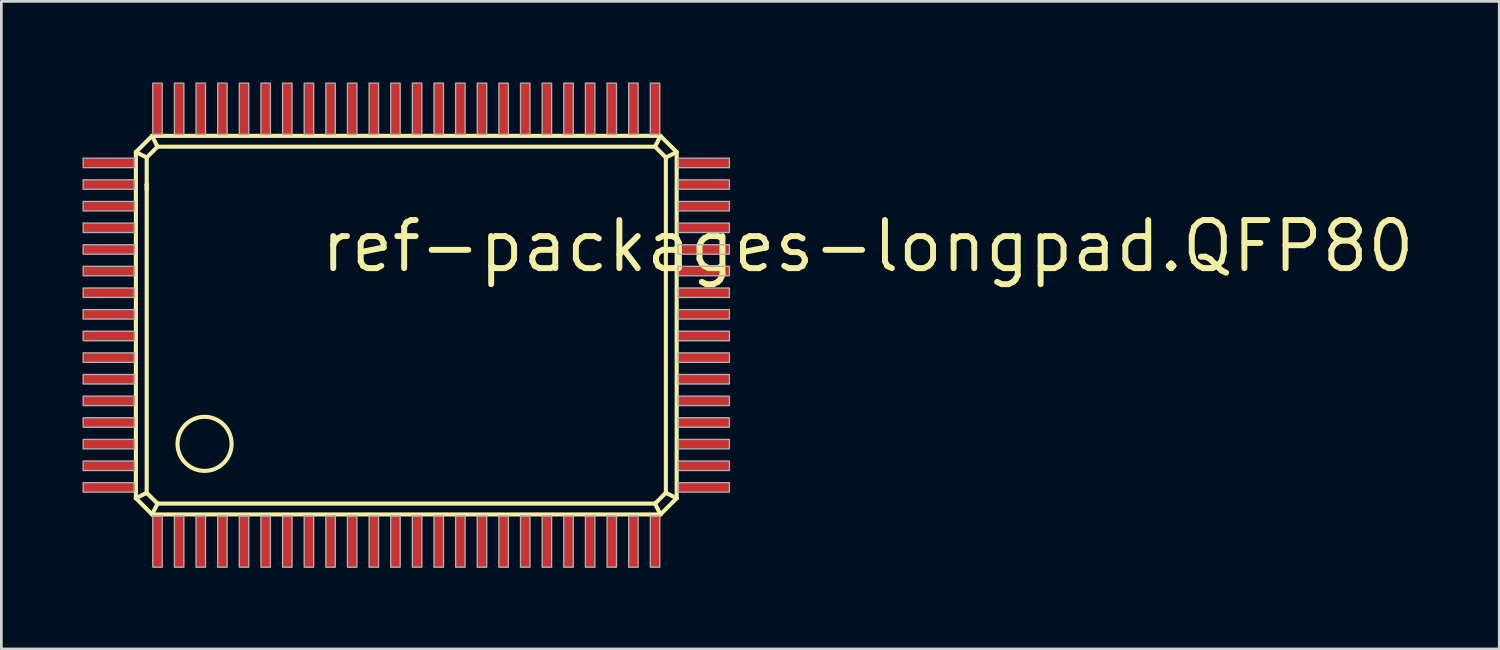
<source format=kicad_pcb>
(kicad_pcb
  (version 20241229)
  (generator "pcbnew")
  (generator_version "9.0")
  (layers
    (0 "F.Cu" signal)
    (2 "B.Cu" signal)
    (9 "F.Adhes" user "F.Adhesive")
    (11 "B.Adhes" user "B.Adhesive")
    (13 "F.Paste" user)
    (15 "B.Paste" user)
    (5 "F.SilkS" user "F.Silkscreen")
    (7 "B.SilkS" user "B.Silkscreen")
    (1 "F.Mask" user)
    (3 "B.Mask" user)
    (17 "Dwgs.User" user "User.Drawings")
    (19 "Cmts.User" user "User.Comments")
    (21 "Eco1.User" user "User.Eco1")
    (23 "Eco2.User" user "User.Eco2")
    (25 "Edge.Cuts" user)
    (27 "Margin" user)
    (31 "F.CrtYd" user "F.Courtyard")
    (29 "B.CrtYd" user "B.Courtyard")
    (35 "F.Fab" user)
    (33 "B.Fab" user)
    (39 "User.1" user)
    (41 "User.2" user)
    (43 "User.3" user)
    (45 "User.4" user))
  (footprint "ref-packages-longpad.QFP80"
    (layer "F.Cu")
    (at 11.575 9.445)
    (property "Reference" "ref-packages-longpad.QFP80" (at -2.87 -2.35 0) (layer "F.SilkS") (effects (font (size 1.778 1.778) (thickness 0.22)) (justify left bottom)))
    (attr smd)
    (fp_line (start -9.6 -6.87) (end -9 -7.47) (stroke (width 0.152) (type default)) (layer "F.SilkS"))
    (fp_line (start -9.6 5.93) (end -9.6 -6.87) (stroke (width 0.152) (type default)) (layer "F.SilkS"))
    (fp_line (start -9.2 -6.67) (end -9.6 -6.87) (stroke (width 0.152) (type default)) (layer "F.SilkS"))
    (fp_line (start -9.2 -6.67) (end -8.8 -7.07) (stroke (width 0.152) (type default)) (layer "F.SilkS"))
    (fp_line (start -9.2 -5.67) (end -9.2 -6.67) (stroke (width 0.152) (type default)) (layer "F.SilkS"))
    (fp_line (start -9.2 -5.47) (end -9.2 -5.67) (stroke (width 0.152) (type default)) (layer "F.SilkS"))
    (fp_line (start -9.2 5.73) (end -9.6 5.93) (stroke (width 0.152) (type default)) (layer "F.SilkS"))
    (fp_line (start -9.2 5.73) (end -9.2 -5.67) (stroke (width 0.152) (type default)) (layer "F.SilkS"))
    (fp_line (start -9 -7.47) (end -8.8 -7.07) (stroke (width 0.152) (type default)) (layer "F.SilkS"))
    (fp_line (start -9 -7.47) (end 9.8 -7.47) (stroke (width 0.152) (type default)) (layer "F.SilkS"))
    (fp_line (start -9 6.53) (end -9.6 5.93) (stroke (width 0.152) (type default)) (layer "F.SilkS"))
    (fp_line (start -9 6.53) (end -8.8 6.13) (stroke (width 0.152) (type default)) (layer "F.SilkS"))
    (fp_line (start -8.8 -7.07) (end 9.6 -7.07) (stroke (width 0.152) (type default)) (layer "F.SilkS"))
    (fp_line (start -8.8 6.13) (end -9.2 5.73) (stroke (width 0.152) (type default)) (layer "F.SilkS"))
    (fp_line (start 9.6 -7.07) (end 10 -6.67) (stroke (width 0.152) (type default)) (layer "F.SilkS"))
    (fp_line (start 9.6 6.13) (end -8.8 6.13) (stroke (width 0.152) (type default)) (layer "F.SilkS"))
    (fp_line (start 9.8 -7.47) (end 9.6 -7.07) (stroke (width 0.152) (type default)) (layer "F.SilkS"))
    (fp_line (start 9.8 -7.47) (end 10.4 -6.87) (stroke (width 0.152) (type default)) (layer "F.SilkS"))
    (fp_line (start 9.8 6.53) (end -9 6.53) (stroke (width 0.152) (type default)) (layer "F.SilkS"))
    (fp_line (start 9.8 6.53) (end 9.6 6.13) (stroke (width 0.152) (type default)) (layer "F.SilkS"))
    (fp_line (start 10 -6.67) (end 10 5.73) (stroke (width 0.152) (type default)) (layer "F.SilkS"))
    (fp_line (start 10 -6.67) (end 10.4 -6.87) (stroke (width 0.152) (type default)) (layer "F.SilkS"))
    (fp_line (start 10 5.73) (end 9.6 6.13) (stroke (width 0.152) (type default)) (layer "F.SilkS"))
    (fp_line (start 10 5.73) (end 10.4 5.93) (stroke (width 0.152) (type default)) (layer "F.SilkS"))
    (fp_line (start 10.4 -6.87) (end 10.4 5.93) (stroke (width 0.152) (type default)) (layer "F.SilkS"))
    (fp_line (start 10.4 5.93) (end 9.8 6.53) (stroke (width 0.152) (type default)) (layer "F.SilkS"))
    (fp_circle (center -7.06 3.92) (end -6.06 3.92) (stroke (width 0.152) (type default)) (fill no) (layer "F.SilkS"))
    (fp_rect (start -11.55 -6.295) (end -9.65 -6.645) (stroke (width 0.05) (type default)) (fill no) (layer "F.Fab"))
    (fp_rect (start -11.55 -5.495) (end -9.65 -5.845) (stroke (width 0.05) (type default)) (fill no) (layer "F.Fab"))
    (fp_rect (start -11.55 -4.695) (end -9.65 -5.045) (stroke (width 0.05) (type default)) (fill no) (layer "F.Fab"))
    (fp_rect (start -11.55 -3.895) (end -9.65 -4.245) (stroke (width 0.05) (type default)) (fill no) (layer "F.Fab"))
    (fp_rect (start -11.55 -3.095) (end -9.65 -3.445) (stroke (width 0.05) (type default)) (fill no) (layer "F.Fab"))
    (fp_rect (start -11.55 -2.295) (end -9.65 -2.645) (stroke (width 0.05) (type default)) (fill no) (layer "F.Fab"))
    (fp_rect (start -11.55 -1.495) (end -9.65 -1.845) (stroke (width 0.05) (type default)) (fill no) (layer "F.Fab"))
    (fp_rect (start -11.55 -0.695) (end -9.65 -1.045) (stroke (width 0.05) (type default)) (fill no) (layer "F.Fab"))
    (fp_rect (start -11.55 0.105) (end -9.65 -0.245) (stroke (width 0.05) (type default)) (fill no) (layer "F.Fab"))
    (fp_rect (start -11.55 0.905) (end -9.65 0.555) (stroke (width 0.05) (type default)) (fill no) (layer "F.Fab"))
    (fp_rect (start -11.55 1.705) (end -9.65 1.355) (stroke (width 0.05) (type default)) (fill no) (layer "F.Fab"))
    (fp_rect (start -11.55 2.505) (end -9.65 2.155) (stroke (width 0.05) (type default)) (fill no) (layer "F.Fab"))
    (fp_rect (start -11.55 3.305) (end -9.65 2.955) (stroke (width 0.05) (type default)) (fill no) (layer "F.Fab"))
    (fp_rect (start -11.55 4.105) (end -9.65 3.755) (stroke (width 0.05) (type default)) (fill no) (layer "F.Fab"))
    (fp_rect (start -11.55 4.905) (end -9.65 4.555) (stroke (width 0.05) (type default)) (fill no) (layer "F.Fab"))
    (fp_rect (start -11.55 5.705) (end -9.65 5.355) (stroke (width 0.05) (type default)) (fill no) (layer "F.Fab"))
    (fp_rect (start -8.975 -7.52) (end -8.625 -9.42) (stroke (width 0.05) (type default)) (fill no) (layer "F.Fab"))
    (fp_rect (start -8.975 8.48) (end -8.625 6.58) (stroke (width 0.05) (type default)) (fill no) (layer "F.Fab"))
    (fp_rect (start -8.175 -7.52) (end -7.825 -9.42) (stroke (width 0.05) (type default)) (fill no) (layer "F.Fab"))
    (fp_rect (start -8.175 8.48) (end -7.825 6.58) (stroke (width 0.05) (type default)) (fill no) (layer "F.Fab"))
    (fp_rect (start -7.375 -7.52) (end -7.025 -9.42) (stroke (width 0.05) (type default)) (fill no) (layer "F.Fab"))
    (fp_rect (start -7.375 8.48) (end -7.025 6.58) (stroke (width 0.05) (type default)) (fill no) (layer "F.Fab"))
    (fp_rect (start -6.575 -7.52) (end -6.225 -9.42) (stroke (width 0.05) (type default)) (fill no) (layer "F.Fab"))
    (fp_rect (start -6.575 8.48) (end -6.225 6.58) (stroke (width 0.05) (type default)) (fill no) (layer "F.Fab"))
    (fp_rect (start -5.775 -7.52) (end -5.425 -9.42) (stroke (width 0.05) (type default)) (fill no) (layer "F.Fab"))
    (fp_rect (start -5.775 8.48) (end -5.425 6.58) (stroke (width 0.05) (type default)) (fill no) (layer "F.Fab"))
    (fp_rect (start -4.975 -7.52) (end -4.625 -9.42) (stroke (width 0.05) (type default)) (fill no) (layer "F.Fab"))
    (fp_rect (start -4.975 8.48) (end -4.625 6.58) (stroke (width 0.05) (type default)) (fill no) (layer "F.Fab"))
    (fp_rect (start -4.175 -7.52) (end -3.825 -9.42) (stroke (width 0.05) (type default)) (fill no) (layer "F.Fab"))
    (fp_rect (start -4.175 8.48) (end -3.825 6.58) (stroke (width 0.05) (type default)) (fill no) (layer "F.Fab"))
    (fp_rect (start -3.375 -7.52) (end -3.025 -9.42) (stroke (width 0.05) (type default)) (fill no) (layer "F.Fab"))
    (fp_rect (start -3.375 8.48) (end -3.025 6.58) (stroke (width 0.05) (type default)) (fill no) (layer "F.Fab"))
    (fp_rect (start -2.575 -7.52) (end -2.225 -9.42) (stroke (width 0.05) (type default)) (fill no) (layer "F.Fab"))
    (fp_rect (start -2.575 8.48) (end -2.225 6.58) (stroke (width 0.05) (type default)) (fill no) (layer "F.Fab"))
    (fp_rect (start -1.775 -7.52) (end -1.425 -9.42) (stroke (width 0.05) (type default)) (fill no) (layer "F.Fab"))
    (fp_rect (start -1.775 8.48) (end -1.425 6.58) (stroke (width 0.05) (type default)) (fill no) (layer "F.Fab"))
    (fp_rect (start -0.975 -7.52) (end -0.625 -9.42) (stroke (width 0.05) (type default)) (fill no) (layer "F.Fab"))
    (fp_rect (start -0.975 8.48) (end -0.625 6.58) (stroke (width 0.05) (type default)) (fill no) (layer "F.Fab"))
    (fp_rect (start -0.175 -7.52) (end 0.175 -9.42) (stroke (width 0.05) (type default)) (fill no) (layer "F.Fab"))
    (fp_rect (start -0.175 8.48) (end 0.175 6.58) (stroke (width 0.05) (type default)) (fill no) (layer "F.Fab"))
    (fp_rect (start 0.625 -7.52) (end 0.975 -9.42) (stroke (width 0.05) (type default)) (fill no) (layer "F.Fab"))
    (fp_rect (start 0.625 8.48) (end 0.975 6.58) (stroke (width 0.05) (type default)) (fill no) (layer "F.Fab"))
    (fp_rect (start 1.425 -7.52) (end 1.775 -9.42) (stroke (width 0.05) (type default)) (fill no) (layer "F.Fab"))
    (fp_rect (start 1.425 8.48) (end 1.775 6.58) (stroke (width 0.05) (type default)) (fill no) (layer "F.Fab"))
    (fp_rect (start 2.225 -7.52) (end 2.575 -9.42) (stroke (width 0.05) (type default)) (fill no) (layer "F.Fab"))
    (fp_rect (start 2.225 8.48) (end 2.575 6.58) (stroke (width 0.05) (type default)) (fill no) (layer "F.Fab"))
    (fp_rect (start 3.025 -7.52) (end 3.375 -9.42) (stroke (width 0.05) (type default)) (fill no) (layer "F.Fab"))
    (fp_rect (start 3.025 8.48) (end 3.375 6.58) (stroke (width 0.05) (type default)) (fill no) (layer "F.Fab"))
    (fp_rect (start 3.825 -7.52) (end 4.175 -9.42) (stroke (width 0.05) (type default)) (fill no) (layer "F.Fab"))
    (fp_rect (start 3.825 8.48) (end 4.175 6.58) (stroke (width 0.05) (type default)) (fill no) (layer "F.Fab"))
    (fp_rect (start 4.625 -7.52) (end 4.975 -9.42) (stroke (width 0.05) (type default)) (fill no) (layer "F.Fab"))
    (fp_rect (start 4.625 8.48) (end 4.975 6.58) (stroke (width 0.05) (type default)) (fill no) (layer "F.Fab"))
    (fp_rect (start 5.425 -7.52) (end 5.775 -9.42) (stroke (width 0.05) (type default)) (fill no) (layer "F.Fab"))
    (fp_rect (start 5.425 8.48) (end 5.775 6.58) (stroke (width 0.05) (type default)) (fill no) (layer "F.Fab"))
    (fp_rect (start 6.225 -7.52) (end 6.575 -9.42) (stroke (width 0.05) (type default)) (fill no) (layer "F.Fab"))
    (fp_rect (start 6.225 8.48) (end 6.575 6.58) (stroke (width 0.05) (type default)) (fill no) (layer "F.Fab"))
    (fp_rect (start 7.025 -7.52) (end 7.375 -9.42) (stroke (width 0.05) (type default)) (fill no) (layer "F.Fab"))
    (fp_rect (start 7.025 8.48) (end 7.375 6.58) (stroke (width 0.05) (type default)) (fill no) (layer "F.Fab"))
    (fp_rect (start 7.825 -7.52) (end 8.175 -9.42) (stroke (width 0.05) (type default)) (fill no) (layer "F.Fab"))
    (fp_rect (start 7.825 8.48) (end 8.175 6.58) (stroke (width 0.05) (type default)) (fill no) (layer "F.Fab"))
    (fp_rect (start 8.625 -7.52) (end 8.975 -9.42) (stroke (width 0.05) (type default)) (fill no) (layer "F.Fab"))
    (fp_rect (start 8.625 8.48) (end 8.975 6.58) (stroke (width 0.05) (type default)) (fill no) (layer "F.Fab"))
    (fp_rect (start 9.425 -7.52) (end 9.775 -9.42) (stroke (width 0.05) (type default)) (fill no) (layer "F.Fab"))
    (fp_rect (start 9.425 8.48) (end 9.775 6.58) (stroke (width 0.05) (type default)) (fill no) (layer "F.Fab"))
    (fp_rect (start 10.45 -6.295) (end 12.35 -6.645) (stroke (width 0.05) (type default)) (fill no) (layer "F.Fab"))
    (fp_rect (start 10.45 -5.495) (end 12.35 -5.845) (stroke (width 0.05) (type default)) (fill no) (layer "F.Fab"))
    (fp_rect (start 10.45 -4.695) (end 12.35 -5.045) (stroke (width 0.05) (type default)) (fill no) (layer "F.Fab"))
    (fp_rect (start 10.45 -3.895) (end 12.35 -4.245) (stroke (width 0.05) (type default)) (fill no) (layer "F.Fab"))
    (fp_rect (start 10.45 -3.095) (end 12.35 -3.445) (stroke (width 0.05) (type default)) (fill no) (layer "F.Fab"))
    (fp_rect (start 10.45 -2.295) (end 12.35 -2.645) (stroke (width 0.05) (type default)) (fill no) (layer "F.Fab"))
    (fp_rect (start 10.45 -1.495) (end 12.35 -1.845) (stroke (width 0.05) (type default)) (fill no) (layer "F.Fab"))
    (fp_rect (start 10.45 -0.695) (end 12.35 -1.045) (stroke (width 0.05) (type default)) (fill no) (layer "F.Fab"))
    (fp_rect (start 10.45 0.105) (end 12.35 -0.245) (stroke (width 0.05) (type default)) (fill no) (layer "F.Fab"))
    (fp_rect (start 10.45 0.905) (end 12.35 0.555) (stroke (width 0.05) (type default)) (fill no) (layer "F.Fab"))
    (fp_rect (start 10.45 1.705) (end 12.35 1.355) (stroke (width 0.05) (type default)) (fill no) (layer "F.Fab"))
    (fp_rect (start 10.45 2.505) (end 12.35 2.155) (stroke (width 0.05) (type default)) (fill no) (layer "F.Fab"))
    (fp_rect (start 10.45 3.305) (end 12.35 2.955) (stroke (width 0.05) (type default)) (fill no) (layer "F.Fab"))
    (fp_rect (start 10.45 4.105) (end 12.35 3.755) (stroke (width 0.05) (type default)) (fill no) (layer "F.Fab"))
    (fp_rect (start 10.45 4.905) (end 12.35 4.555) (stroke (width 0.05) (type default)) (fill no) (layer "F.Fab"))
    (fp_rect (start 10.45 5.705) (end 12.35 5.355) (stroke (width 0.05) (type default)) (fill no) (layer "F.Fab"))
    (pad "1" smd roundrect (at -8.8 7.53) (size 0.35 1.9) (layers "F.Cu" "F.Mask" "F.Paste") (roundrect_rratio 0.01))
    (pad "2" smd roundrect (at -8 7.53) (size 0.35 1.9) (layers "F.Cu" "F.Mask" "F.Paste") (roundrect_rratio 0.01))
    (pad "3" smd roundrect (at -7.2 7.53) (size 0.35 1.9) (layers "F.Cu" "F.Mask" "F.Paste") (roundrect_rratio 0.01))
    (pad "4" smd roundrect (at -6.4 7.53) (size 0.35 1.9) (layers "F.Cu" "F.Mask" "F.Paste") (roundrect_rratio 0.01))
    (pad "5" smd roundrect (at -5.6 7.53) (size 0.35 1.9) (layers "F.Cu" "F.Mask" "F.Paste") (roundrect_rratio 0.01))
    (pad "6" smd roundrect (at -4.8 7.53) (size 0.35 1.9) (layers "F.Cu" "F.Mask" "F.Paste") (roundrect_rratio 0.01))
    (pad "7" smd roundrect (at -4 7.53) (size 0.35 1.9) (layers "F.Cu" "F.Mask" "F.Paste") (roundrect_rratio 0.01))
    (pad "8" smd roundrect (at -3.2 7.53) (size 0.35 1.9) (layers "F.Cu" "F.Mask" "F.Paste") (roundrect_rratio 0.01))
    (pad "9" smd roundrect (at -2.4 7.53) (size 0.35 1.9) (layers "F.Cu" "F.Mask" "F.Paste") (roundrect_rratio 0.01))
    (pad "10" smd roundrect (at -1.6 7.53) (size 0.35 1.9) (layers "F.Cu" "F.Mask" "F.Paste") (roundrect_rratio 0.01))
    (pad "11" smd roundrect (at -0.8 7.53) (size 0.35 1.9) (layers "F.Cu" "F.Mask" "F.Paste") (roundrect_rratio 0.01))
    (pad "12" smd roundrect (at 0 7.53) (size 0.35 1.9) (layers "F.Cu" "F.Mask" "F.Paste") (roundrect_rratio 0.01))
    (pad "13" smd roundrect (at 0.8 7.53) (size 0.35 1.9) (layers "F.Cu" "F.Mask" "F.Paste") (roundrect_rratio 0.01))
    (pad "14" smd roundrect (at 1.6 7.53) (size 0.35 1.9) (layers "F.Cu" "F.Mask" "F.Paste") (roundrect_rratio 0.01))
    (pad "15" smd roundrect (at 2.4 7.53) (size 0.35 1.9) (layers "F.Cu" "F.Mask" "F.Paste") (roundrect_rratio 0.01))
    (pad "16" smd roundrect (at 3.2 7.53) (size 0.35 1.9) (layers "F.Cu" "F.Mask" "F.Paste") (roundrect_rratio 0.01))
    (pad "17" smd roundrect (at 4 7.53) (size 0.35 1.9) (layers "F.Cu" "F.Mask" "F.Paste") (roundrect_rratio 0.01))
    (pad "18" smd roundrect (at 4.8 7.53) (size 0.35 1.9) (layers "F.Cu" "F.Mask" "F.Paste") (roundrect_rratio 0.01))
    (pad "19" smd roundrect (at 5.6 7.53) (size 0.35 1.9) (layers "F.Cu" "F.Mask" "F.Paste") (roundrect_rratio 0.01))
    (pad "20" smd roundrect (at 6.4 7.53) (size 0.35 1.9) (layers "F.Cu" "F.Mask" "F.Paste") (roundrect_rratio 0.01))
    (pad "21" smd roundrect (at 7.2 7.53) (size 0.35 1.9) (layers "F.Cu" "F.Mask" "F.Paste") (roundrect_rratio 0.01))
    (pad "22" smd roundrect (at 8 7.53) (size 0.35 1.9) (layers "F.Cu" "F.Mask" "F.Paste") (roundrect_rratio 0.01))
    (pad "23" smd roundrect (at 8.8 7.53) (size 0.35 1.9) (layers "F.Cu" "F.Mask" "F.Paste") (roundrect_rratio 0.01))
    (pad "24" smd roundrect (at 9.6 7.53) (size 0.35 1.9) (layers "F.Cu" "F.Mask" "F.Paste") (roundrect_rratio 0.01))
    (pad "25" smd roundrect (at 11.4 5.53) (size 1.9 0.35) (layers "F.Cu" "F.Mask" "F.Paste") (roundrect_rratio 0.01))
    (pad "26" smd roundrect (at 11.4 4.73) (size 1.9 0.35) (layers "F.Cu" "F.Mask" "F.Paste") (roundrect_rratio 0.01))
    (pad "27" smd roundrect (at 11.4 3.93) (size 1.9 0.35) (layers "F.Cu" "F.Mask" "F.Paste") (roundrect_rratio 0.01))
    (pad "28" smd roundrect (at 11.4 3.13) (size 1.9 0.35) (layers "F.Cu" "F.Mask" "F.Paste") (roundrect_rratio 0.01))
    (pad "29" smd roundrect (at 11.4 2.33) (size 1.9 0.35) (layers "F.Cu" "F.Mask" "F.Paste") (roundrect_rratio 0.01))
    (pad "30" smd roundrect (at 11.4 1.53) (size 1.9 0.35) (layers "F.Cu" "F.Mask" "F.Paste") (roundrect_rratio 0.01))
    (pad "31" smd roundrect (at 11.4 0.73) (size 1.9 0.35) (layers "F.Cu" "F.Mask" "F.Paste") (roundrect_rratio 0.01))
    (pad "32" smd roundrect (at 11.4 -0.07) (size 1.9 0.35) (layers "F.Cu" "F.Mask" "F.Paste") (roundrect_rratio 0.01))
    (pad "33" smd roundrect (at 11.4 -0.87) (size 1.9 0.35) (layers "F.Cu" "F.Mask" "F.Paste") (roundrect_rratio 0.01))
    (pad "34" smd roundrect (at 11.4 -1.67) (size 1.9 0.35) (layers "F.Cu" "F.Mask" "F.Paste") (roundrect_rratio 0.01))
    (pad "35" smd roundrect (at 11.4 -2.47) (size 1.9 0.35) (layers "F.Cu" "F.Mask" "F.Paste") (roundrect_rratio 0.01))
    (pad "36" smd roundrect (at 11.4 -3.27) (size 1.9 0.35) (layers "F.Cu" "F.Mask" "F.Paste") (roundrect_rratio 0.01))
    (pad "37" smd roundrect (at 11.4 -4.07) (size 1.9 0.35) (layers "F.Cu" "F.Mask" "F.Paste") (roundrect_rratio 0.01))
    (pad "38" smd roundrect (at 11.4 -4.87) (size 1.9 0.35) (layers "F.Cu" "F.Mask" "F.Paste") (roundrect_rratio 0.01))
    (pad "39" smd roundrect (at 11.4 -5.67) (size 1.9 0.35) (layers "F.Cu" "F.Mask" "F.Paste") (roundrect_rratio 0.01))
    (pad "40" smd roundrect (at 11.4 -6.47) (size 1.9 0.35) (layers "F.Cu" "F.Mask" "F.Paste") (roundrect_rratio 0.01))
    (pad "41" smd roundrect (at 9.6 -8.47) (size 0.35 1.9) (layers "F.Cu" "F.Mask" "F.Paste") (roundrect_rratio 0.01))
    (pad "42" smd roundrect (at 8.8 -8.47) (size 0.35 1.9) (layers "F.Cu" "F.Mask" "F.Paste") (roundrect_rratio 0.01))
    (pad "43" smd roundrect (at 8 -8.47) (size 0.35 1.9) (layers "F.Cu" "F.Mask" "F.Paste") (roundrect_rratio 0.01))
    (pad "44" smd roundrect (at 7.2 -8.47) (size 0.35 1.9) (layers "F.Cu" "F.Mask" "F.Paste") (roundrect_rratio 0.01))
    (pad "45" smd roundrect (at 6.4 -8.47) (size 0.35 1.9) (layers "F.Cu" "F.Mask" "F.Paste") (roundrect_rratio 0.01))
    (pad "46" smd roundrect (at 5.6 -8.47) (size 0.35 1.9) (layers "F.Cu" "F.Mask" "F.Paste") (roundrect_rratio 0.01))
    (pad "47" smd roundrect (at 4.8 -8.47) (size 0.35 1.9) (layers "F.Cu" "F.Mask" "F.Paste") (roundrect_rratio 0.01))
    (pad "48" smd roundrect (at 4 -8.47) (size 0.35 1.9) (layers "F.Cu" "F.Mask" "F.Paste") (roundrect_rratio 0.01))
    (pad "49" smd roundrect (at 3.2 -8.47) (size 0.35 1.9) (layers "F.Cu" "F.Mask" "F.Paste") (roundrect_rratio 0.01))
    (pad "50" smd roundrect (at 2.4 -8.47) (size 0.35 1.9) (layers "F.Cu" "F.Mask" "F.Paste") (roundrect_rratio 0.01))
    (pad "51" smd roundrect (at 1.6 -8.47) (size 0.35 1.9) (layers "F.Cu" "F.Mask" "F.Paste") (roundrect_rratio 0.01))
    (pad "52" smd roundrect (at 0.8 -8.47) (size 0.35 1.9) (layers "F.Cu" "F.Mask" "F.Paste") (roundrect_rratio 0.01))
    (pad "53" smd roundrect (at 0 -8.47) (size 0.35 1.9) (layers "F.Cu" "F.Mask" "F.Paste") (roundrect_rratio 0.01))
    (pad "54" smd roundrect (at -0.8 -8.47) (size 0.35 1.9) (layers "F.Cu" "F.Mask" "F.Paste") (roundrect_rratio 0.01))
    (pad "55" smd roundrect (at -1.6 -8.47) (size 0.35 1.9) (layers "F.Cu" "F.Mask" "F.Paste") (roundrect_rratio 0.01))
    (pad "56" smd roundrect (at -2.4 -8.47) (size 0.35 1.9) (layers "F.Cu" "F.Mask" "F.Paste") (roundrect_rratio 0.01))
    (pad "57" smd roundrect (at -3.2 -8.47) (size 0.35 1.9) (layers "F.Cu" "F.Mask" "F.Paste") (roundrect_rratio 0.01))
    (pad "58" smd roundrect (at -4 -8.47) (size 0.35 1.9) (layers "F.Cu" "F.Mask" "F.Paste") (roundrect_rratio 0.01))
    (pad "59" smd roundrect (at -4.8 -8.47) (size 0.35 1.9) (layers "F.Cu" "F.Mask" "F.Paste") (roundrect_rratio 0.01))
    (pad "60" smd roundrect (at -5.6 -8.47) (size 0.35 1.9) (layers "F.Cu" "F.Mask" "F.Paste") (roundrect_rratio 0.01))
    (pad "61" smd roundrect (at -6.4 -8.47) (size 0.35 1.9) (layers "F.Cu" "F.Mask" "F.Paste") (roundrect_rratio 0.01))
    (pad "62" smd roundrect (at -7.2 -8.47) (size 0.35 1.9) (layers "F.Cu" "F.Mask" "F.Paste") (roundrect_rratio 0.01))
    (pad "63" smd roundrect (at -8 -8.47) (size 0.35 1.9) (layers "F.Cu" "F.Mask" "F.Paste") (roundrect_rratio 0.01))
    (pad "64" smd roundrect (at -8.8 -8.47) (size 0.35 1.9) (layers "F.Cu" "F.Mask" "F.Paste") (roundrect_rratio 0.01))
    (pad "65" smd roundrect (at -10.6 -6.47) (size 1.9 0.35) (layers "F.Cu" "F.Mask" "F.Paste") (roundrect_rratio 0.01))
    (pad "66" smd roundrect (at -10.6 -5.67) (size 1.9 0.35) (layers "F.Cu" "F.Mask" "F.Paste") (roundrect_rratio 0.01))
    (pad "67" smd roundrect (at -10.6 -4.87) (size 1.9 0.35) (layers "F.Cu" "F.Mask" "F.Paste") (roundrect_rratio 0.01))
    (pad "68" smd roundrect (at -10.6 -4.07) (size 1.9 0.35) (layers "F.Cu" "F.Mask" "F.Paste") (roundrect_rratio 0.01))
    (pad "69" smd roundrect (at -10.6 -3.27) (size 1.9 0.35) (layers "F.Cu" "F.Mask" "F.Paste") (roundrect_rratio 0.01))
    (pad "70" smd roundrect (at -10.6 -2.47) (size 1.9 0.35) (layers "F.Cu" "F.Mask" "F.Paste") (roundrect_rratio 0.01))
    (pad "71" smd roundrect (at -10.6 -1.67) (size 1.9 0.35) (layers "F.Cu" "F.Mask" "F.Paste") (roundrect_rratio 0.01))
    (pad "72" smd roundrect (at -10.6 -0.87) (size 1.9 0.35) (layers "F.Cu" "F.Mask" "F.Paste") (roundrect_rratio 0.01))
    (pad "73" smd roundrect (at -10.6 -0.07) (size 1.9 0.35) (layers "F.Cu" "F.Mask" "F.Paste") (roundrect_rratio 0.01))
    (pad "74" smd roundrect (at -10.6 0.73) (size 1.9 0.35) (layers "F.Cu" "F.Mask" "F.Paste") (roundrect_rratio 0.01))
    (pad "75" smd roundrect (at -10.6 1.53) (size 1.9 0.35) (layers "F.Cu" "F.Mask" "F.Paste") (roundrect_rratio 0.01))
    (pad "76" smd roundrect (at -10.6 2.33) (size 1.9 0.35) (layers "F.Cu" "F.Mask" "F.Paste") (roundrect_rratio 0.01))
    (pad "77" smd roundrect (at -10.6 3.13) (size 1.9 0.35) (layers "F.Cu" "F.Mask" "F.Paste") (roundrect_rratio 0.01))
    (pad "78" smd roundrect (at -10.6 3.93) (size 1.9 0.35) (layers "F.Cu" "F.Mask" "F.Paste") (roundrect_rratio 0.01))
    (pad "79" smd roundrect (at -10.6 4.73) (size 1.9 0.35) (layers "F.Cu" "F.Mask" "F.Paste") (roundrect_rratio 0.01))
    (pad "80" smd roundrect (at -10.6 5.53) (size 1.9 0.35) (layers "F.Cu" "F.Mask" "F.Paste") (roundrect_rratio 0.01)))
  (gr_rect
    (start -3 -3)
    (end 52.395 20.95)
    (stroke (width 0.1) (type default))
    (fill no)
    (layer "Edge.Cuts")))
</source>
